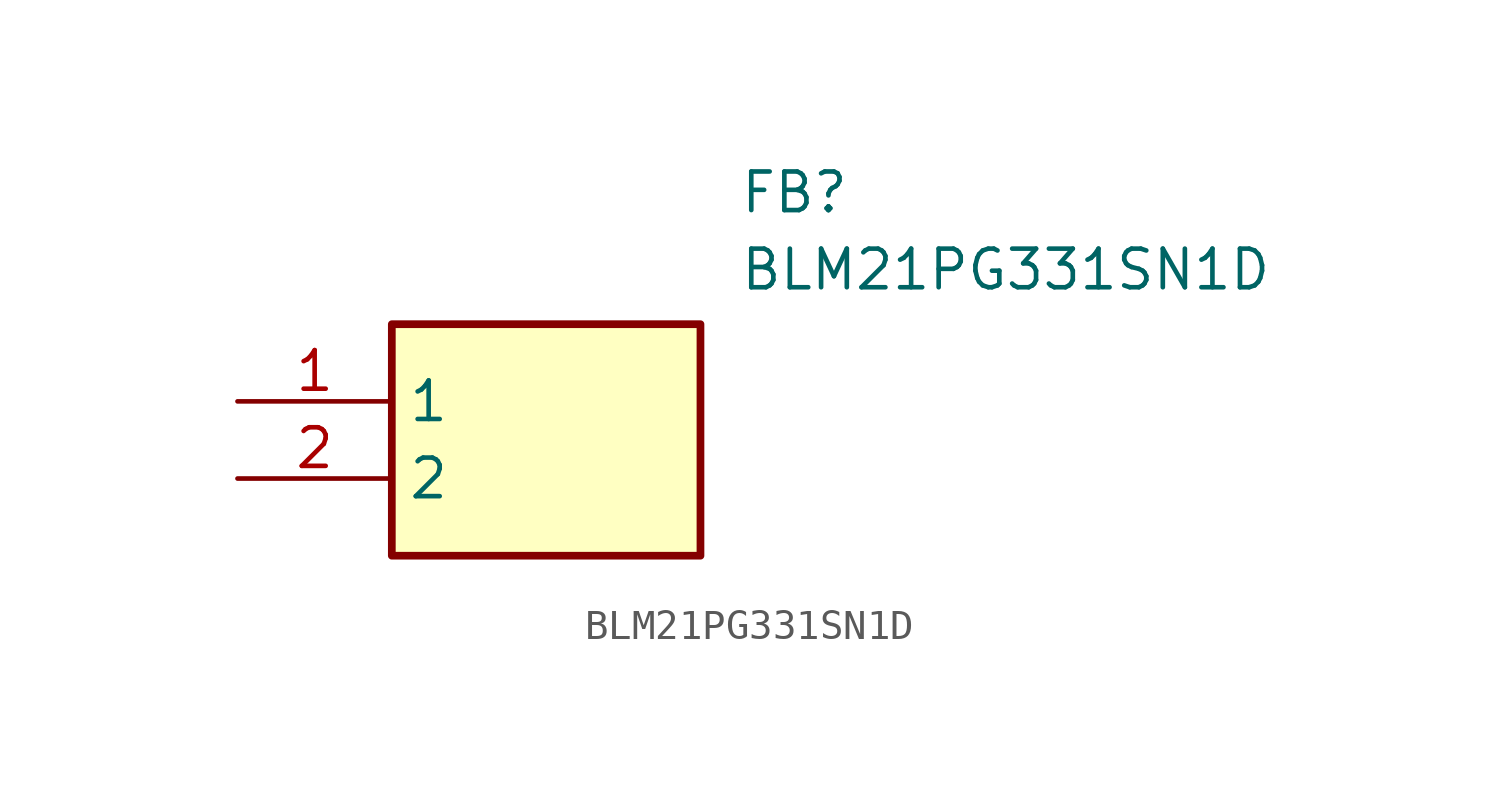
<source format=kicad_sym>
(kicad_symbol_lib
  (version 20211014)
  (generator SamacSys_ECAD_Model)
  (symbol "BLM21PG331SN1D"
    (property "Reference" "FB"
      (at 16.51 7.62 0)
      (effects (font (size 1.27 1.27)) (justify left top)))
    (property "Value" "BLM21PG331SN1D"
      (at 16.51 5.08 0)
      (effects (font (size 1.27 1.27)) (justify left top)))
    (rectangle
      (start 5.08 2.54)
      (end 15.24 -5.08)
      (stroke (width 0.254) (type default))
      (fill (type background)))
    (pin passive line
      (at 0 0 0)
      (length 5.08)
      (name "1" (effects (font (size 1.27 1.27))))
      (number "1" (effects (font (size 1.27 1.27)))))
    (pin passive line
      (at 0 -2.54 0)
      (length 5.08)
      (name "2" (effects (font (size 1.27 1.27))))
      (number "2" (effects (font (size 1.27 1.27)))))))
</source>
